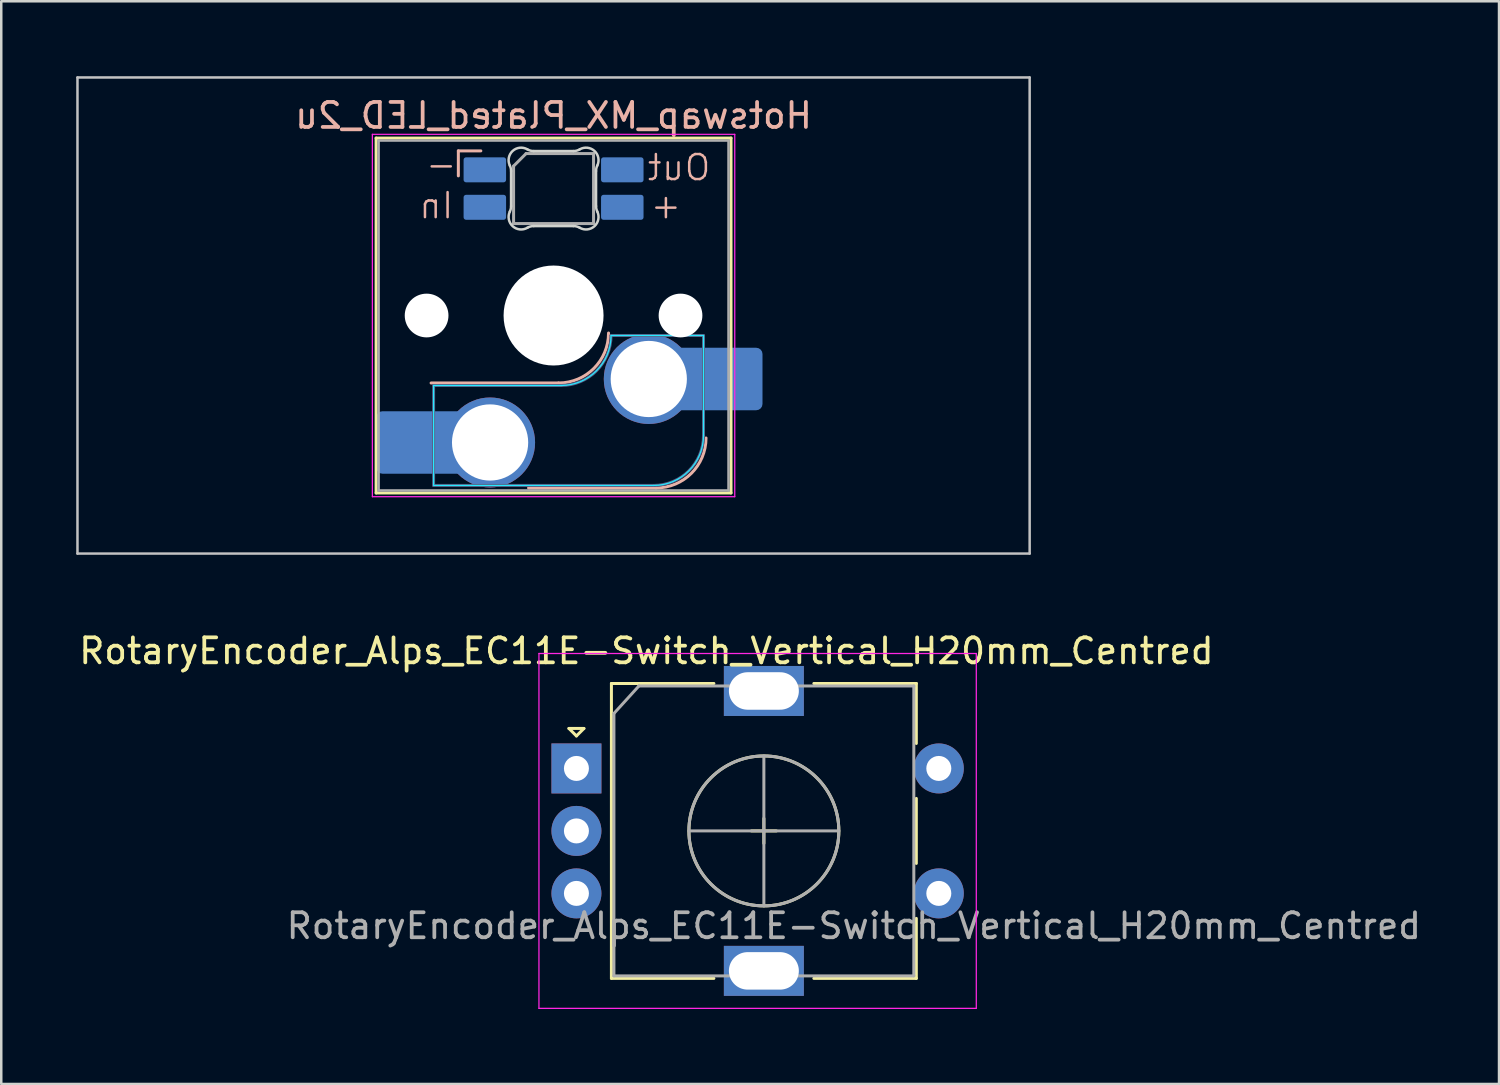
<source format=kicad_pcb>
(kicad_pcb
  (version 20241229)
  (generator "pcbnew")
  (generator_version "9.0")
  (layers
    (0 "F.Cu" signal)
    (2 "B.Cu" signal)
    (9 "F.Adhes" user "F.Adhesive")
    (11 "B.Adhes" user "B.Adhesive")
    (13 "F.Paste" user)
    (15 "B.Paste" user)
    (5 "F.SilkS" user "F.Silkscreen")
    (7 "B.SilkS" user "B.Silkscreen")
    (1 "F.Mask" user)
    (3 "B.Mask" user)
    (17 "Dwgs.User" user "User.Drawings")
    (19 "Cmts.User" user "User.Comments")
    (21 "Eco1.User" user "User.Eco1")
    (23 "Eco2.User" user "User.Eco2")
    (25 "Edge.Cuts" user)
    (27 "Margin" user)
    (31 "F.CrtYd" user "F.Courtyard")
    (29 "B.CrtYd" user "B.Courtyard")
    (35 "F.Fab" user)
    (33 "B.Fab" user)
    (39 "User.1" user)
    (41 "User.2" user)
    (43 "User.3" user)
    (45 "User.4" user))
  (footprint "RotaryEncoder_Alps_EC11E-Switch_Vertical_H20mm_Centred"
    (layer "F.Cu")
    (at 27.515 30.198)
    (property "Reference" "RotaryEncoder_Alps_EC11E-Switch_Vertical_H20mm_Centred" (at -4.7 -7.2 0) (layer "F.SilkS") (effects (font (size 1 1) (thickness 0.15))))
    (attr through_hole)
    (fp_line (start -7.8 -4.1) (end -7.2 -4.1) (stroke (width 0.12) (type solid)) (layer "F.SilkS"))
    (fp_line (start -7.5 -3.8) (end -7.8 -4.1) (stroke (width 0.12) (type solid)) (layer "F.SilkS"))
    (fp_line (start -7.2 -4.1) (end -7.5 -3.8) (stroke (width 0.12) (type solid)) (layer "F.SilkS"))
    (fp_line (start -6.1 -5.9) (end -6.1 5.9) (stroke (width 0.12) (type solid)) (layer "F.SilkS"))
    (fp_line (start -2 -5.9) (end -6.1 -5.9) (stroke (width 0.12) (type solid)) (layer "F.SilkS"))
    (fp_line (start -2 5.9) (end -6.1 5.9) (stroke (width 0.12) (type solid)) (layer "F.SilkS"))
    (fp_line (start -0.5 0) (end 0.5 0) (stroke (width 0.12) (type solid)) (layer "F.SilkS"))
    (fp_line (start 0 -0.5) (end 0 0.5) (stroke (width 0.12) (type solid)) (layer "F.SilkS"))
    (fp_line (start 2 -5.9) (end 6.1 -5.9) (stroke (width 0.12) (type solid)) (layer "F.SilkS"))
    (fp_line (start 6.1 -5.9) (end 6.1 -3.5) (stroke (width 0.12) (type solid)) (layer "F.SilkS"))
    (fp_line (start 6.1 -1.3) (end 6.1 1.3) (stroke (width 0.12) (type solid)) (layer "F.SilkS"))
    (fp_line (start 6.1 3.5) (end 6.1 5.9) (stroke (width 0.12) (type solid)) (layer "F.SilkS"))
    (fp_line (start 6.1 5.9) (end 2 5.9) (stroke (width 0.12) (type solid)) (layer "F.SilkS"))
    (fp_circle (center 0 0) (end 3 0) (stroke (width 0.12) (type solid)) (fill no) (layer "F.SilkS"))
    (fp_line (start -9 -7.1) (end -9 7.1) (stroke (width 0.05) (type solid)) (layer "F.CrtYd"))
    (fp_line (start -9 -7.1) (end 8.5 -7.1) (stroke (width 0.05) (type solid)) (layer "F.CrtYd"))
    (fp_line (start 8.5 7.1) (end -9 7.1) (stroke (width 0.05) (type solid)) (layer "F.CrtYd"))
    (fp_line (start 8.5 7.1) (end 8.5 -7.1) (stroke (width 0.05) (type solid)) (layer "F.CrtYd"))
    (fp_line (start -6 -4.7) (end -5 -5.8) (stroke (width 0.12) (type solid)) (layer "F.Fab"))
    (fp_line (start -6 5.8) (end -6 -4.7) (stroke (width 0.12) (type solid)) (layer "F.Fab"))
    (fp_line (start -5 -5.8) (end 6 -5.8) (stroke (width 0.12) (type solid)) (layer "F.Fab"))
    (fp_line (start -3 0) (end 3 0) (stroke (width 0.12) (type solid)) (layer "F.Fab"))
    (fp_line (start 0 -3) (end 0 3) (stroke (width 0.12) (type solid)) (layer "F.Fab"))
    (fp_line (start 6 -5.8) (end 6 5.8) (stroke (width 0.12) (type solid)) (layer "F.Fab"))
    (fp_line (start 6 5.8) (end -6 5.8) (stroke (width 0.12) (type solid)) (layer "F.Fab"))
    (fp_circle (center 0 0) (end 3 0) (stroke (width 0.12) (type solid)) (fill no) (layer "F.Fab"))
    (fp_text user "${REFERENCE}" (at 3.6 3.8 0) (layer "F.Fab") (effects (font (size 1 1) (thickness 0.15))))
    (pad "A" thru_hole rect (at -7.5 -2.5) (size 2 2) (drill 1) (layers "*.Cu" "*.Mask"))
    (pad "B" thru_hole circle (at -7.5 2.5) (size 2 2) (drill 1) (layers "*.Cu" "*.Mask"))
    (pad "C" thru_hole circle (at -7.5 0) (size 2 2) (drill 1) (layers "*.Cu" "*.Mask"))
    (pad "MP" thru_hole rect (at 0 -5.6) (size 3.2 2) (drill oval 2.8 1.5) (layers "*.Cu" "*.Mask"))
    (pad "MP" thru_hole rect (at 0 5.6) (size 3.2 2) (drill oval 2.8 1.5) (layers "*.Cu" "*.Mask"))
    (pad "S1" thru_hole circle (at 7 2.5) (size 2 2) (drill 1) (layers "*.Cu" "*.Mask"))
    (pad "S2" thru_hole circle (at 7 -2.5) (size 2 2) (drill 1) (layers "*.Cu" "*.Mask")))
  (footprint "Hotswap_MX_Plated_LED_2u"
    (layer "F.Cu")
    (at 19.1 9.575)
    (property "Reference" "Hotswap_MX_Plated_LED_2u" (at 0 -8.001 0) (layer "B.SilkS") (effects (font (size 1 1) (thickness 0.15)) (justify mirror)))
    (fp_line (start -7.1 -7.1) (end -7.1 7.1) (stroke (width 0.12) (type solid)) (layer "F.SilkS"))
    (fp_line (start -7.1 7.1) (end 7.1 7.1) (stroke (width 0.12) (type solid)) (layer "F.SilkS"))
    (fp_line (start 7.1 -7.1) (end -7.1 -7.1) (stroke (width 0.12) (type solid)) (layer "F.SilkS"))
    (fp_line (start 7.1 7.1) (end 7.1 -7.1) (stroke (width 0.12) (type solid)) (layer "F.SilkS"))
    (fp_line (start -3.81 -6.588) (end -2.91 -6.588) (stroke (width 0.12) (type solid)) (layer "B.SilkS"))
    (fp_line (start -3.81 -5.588) (end -3.81 -6.588) (stroke (width 0.12) (type solid)) (layer "B.SilkS"))
    (fp_line (start 0.2 2.7) (end -4.9 2.7) (stroke (width 0.12) (type solid)) (layer "B.SilkS"))
    (fp_line (start 4.1 6.9) (end -1 6.9) (stroke (width 0.12) (type solid)) (layer "B.SilkS"))
    (fp_arc (start 2.2 0.7) (mid 1.614214 2.114214) (end 0.2 2.7) (stroke (width 0.12) (type solid)) (layer "B.SilkS"))
    (fp_arc (start 6.1 4.9) (mid 5.514214 6.314214) (end 4.1 6.9) (stroke (width 0.12) (type solid)) (layer "B.SilkS"))
    (fp_line (start -19.05 -9.525) (end -19.05 9.525) (stroke (width 0.1) (type solid)) (layer "Dwgs.User"))
    (fp_line (start -19.05 9.525) (end 19.05 9.525) (stroke (width 0.1) (type solid)) (layer "Dwgs.User"))
    (fp_line (start 19.05 -9.525) (end -19.05 -9.525) (stroke (width 0.1) (type solid)) (layer "Dwgs.User"))
    (fp_line (start 19.05 9.525) (end 19.05 -9.525) (stroke (width 0.1) (type solid)) (layer "Dwgs.User"))
    (fp_line (start -0.25 -0.25) (end 0 0) (stroke (width 0.12) (type solid)) (layer "Cmts.User"))
    (fp_line (start 0 0) (end -0.25 0.25) (stroke (width 0.12) (type solid)) (layer "Cmts.User"))
    (fp_line (start 0 0) (end 0.25 0.25) (stroke (width 0.12) (type solid)) (layer "Cmts.User"))
    (fp_line (start 0.25 -0.25) (end 0 0) (stroke (width 0.12) (type solid)) (layer "Cmts.User"))
    (fp_line (start -7.8 -6) (end -7 -6) (stroke (width 0.1) (type solid)) (layer "Eco1.User"))
    (fp_line (start -7.8 -2.9) (end -7.8 -6) (stroke (width 0.1) (type solid)) (layer "Eco1.User"))
    (fp_line (start -7.8 2.9) (end -7 2.9) (stroke (width 0.1) (type solid)) (layer "Eco1.User"))
    (fp_line (start -7.8 6) (end -7.8 2.9) (stroke (width 0.1) (type solid)) (layer "Eco1.User"))
    (fp_line (start -7 -7) (end 7 -7) (stroke (width 0.1) (type solid)) (layer "Eco1.User"))
    (fp_line (start -7 -6) (end -7 -7) (stroke (width 0.1) (type solid)) (layer "Eco1.User"))
    (fp_line (start -7 -2.9) (end -7.8 -2.9) (stroke (width 0.1) (type solid)) (layer "Eco1.User"))
    (fp_line (start -7 2.9) (end -7 -2.9) (stroke (width 0.1) (type solid)) (layer "Eco1.User"))
    (fp_line (start -7 6) (end -7.8 6) (stroke (width 0.1) (type solid)) (layer "Eco1.User"))
    (fp_line (start -7 7) (end -7 6) (stroke (width 0.1) (type solid)) (layer "Eco1.User"))
    (fp_line (start 7 -7) (end 7 -6) (stroke (width 0.1) (type solid)) (layer "Eco1.User"))
    (fp_line (start 7 -6) (end 7.8 -6) (stroke (width 0.1) (type solid)) (layer "Eco1.User"))
    (fp_line (start 7 -2.9) (end 7 2.9) (stroke (width 0.1) (type solid)) (layer "Eco1.User"))
    (fp_line (start 7 2.9) (end 7.8 2.9) (stroke (width 0.1) (type solid)) (layer "Eco1.User"))
    (fp_line (start 7 6) (end 7 7) (stroke (width 0.1) (type solid)) (layer "Eco1.User"))
    (fp_line (start 7 7) (end -7 7) (stroke (width 0.1) (type solid)) (layer "Eco1.User"))
    (fp_line (start 7.8 -6) (end 7.8 -2.9) (stroke (width 0.1) (type solid)) (layer "Eco1.User"))
    (fp_line (start 7.8 -2.9) (end 7 -2.9) (stroke (width 0.1) (type solid)) (layer "Eco1.User"))
    (fp_line (start 7.8 2.9) (end 7.8 6) (stroke (width 0.1) (type solid)) (layer "Eco1.User"))
    (fp_line (start 7.8 6) (end 7 6) (stroke (width 0.1) (type solid)) (layer "Eco1.User"))
    (fp_line (start -1.7 -5.783) (end -1.7 -4.377) (stroke (width 0.1) (type solid)) (layer "Edge.Cuts"))
    (fp_line (start -0.794 -3.58) (end 0.794 -3.58) (stroke (width 0.1) (type solid)) (layer "Edge.Cuts"))
    (fp_line (start 0.794 -6.58) (end -0.794 -6.58) (stroke (width 0.1) (type solid)) (layer "Edge.Cuts"))
    (fp_line (start 1.7 -4.377) (end 1.7 -5.783) (stroke (width 0.1) (type solid)) (layer "Edge.Cuts"))
    (fp_arc (start -1.749484 -5.999721) (mid -1.712518 -5.894071) (end -1.699999 -5.782844) (stroke (width 0.1) (type solid)) (layer "Edge.Cuts"))
    (fp_arc (start -1.749484 -5.999721) (mid -1.638071 -6.584035) (end -1.046711 -6.648299) (stroke (width 0.1) (type solid)) (layer "Edge.Cuts"))
    (fp_arc (start -1.699999 -4.377159) (mid -1.712528 -4.265933) (end -1.749484 -4.160281) (stroke (width 0.1) (type solid)) (layer "Edge.Cuts"))
    (fp_arc (start -1.046711 -3.511702) (mid -1.638072 -3.575966) (end -1.749484 -4.160282) (stroke (width 0.1) (type solid)) (layer "Edge.Cuts"))
    (fp_arc (start -1.046711 -3.511702) (mid -0.925123 -3.562624) (end -0.794452 -3.580001) (stroke (width 0.1) (type solid)) (layer "Edge.Cuts"))
    (fp_arc (start -0.794453 -6.58) (mid -0.925123 -6.597377) (end -1.046711 -6.648299) (stroke (width 0.1) (type solid)) (layer "Edge.Cuts"))
    (fp_arc (start 0.794452 -3.580001) (mid 0.925122 -3.562624) (end 1.04671 -3.511702) (stroke (width 0.1) (type solid)) (layer "Edge.Cuts"))
    (fp_arc (start 1.046711 -6.6483) (mid 0.925123 -6.597378) (end 0.794453 -6.580001) (stroke (width 0.1) (type solid)) (layer "Edge.Cuts"))
    (fp_arc (start 1.046711 -6.6483) (mid 1.638072 -6.584036) (end 1.749484 -5.999721) (stroke (width 0.1) (type solid)) (layer "Edge.Cuts"))
    (fp_arc (start 1.699999 -5.782843) (mid 1.712528 -5.894069) (end 1.749484 -5.999721) (stroke (width 0.1) (type solid)) (layer "Edge.Cuts"))
    (fp_arc (start 1.749484 -4.160281) (mid 1.63807 -3.575967) (end 1.046711 -3.511704) (stroke (width 0.1) (type solid)) (layer "Edge.Cuts"))
    (fp_arc (start 1.749484 -4.160281) (mid 1.712519 -4.265931) (end 1.699999 -4.377158) (stroke (width 0.1) (type solid)) (layer "Edge.Cuts"))
    (fp_line (start -4.8 6.8) (end -4.8 2.8) (stroke (width 0.05) (type solid)) (layer "B.CrtYd"))
    (fp_line (start 0.3 2.8) (end -4.8 2.8) (stroke (width 0.05) (type solid)) (layer "B.CrtYd"))
    (fp_line (start 4 6.8) (end -4.8 6.8) (stroke (width 0.05) (type solid)) (layer "B.CrtYd"))
    (fp_line (start 6 0.8) (end 2.3 0.8) (stroke (width 0.05) (type solid)) (layer "B.CrtYd"))
    (fp_line (start 6 0.8) (end 6 4.8) (stroke (width 0.05) (type solid)) (layer "B.CrtYd"))
    (fp_arc (start 2.3 0.8) (mid 1.714214 2.214214) (end 0.3 2.8) (stroke (width 0.05) (type solid)) (layer "B.CrtYd"))
    (fp_arc (start 6 4.8) (mid 5.414214 6.214214) (end 4 6.8) (stroke (width 0.05) (type solid)) (layer "B.CrtYd"))
    (fp_line (start -7.25 -7.25) (end -7.25 7.25) (stroke (width 0.05) (type solid)) (layer "F.CrtYd"))
    (fp_line (start -7.25 7.25) (end 7.25 7.25) (stroke (width 0.05) (type solid)) (layer "F.CrtYd"))
    (fp_line (start 7.25 -7.25) (end -7.25 -7.25) (stroke (width 0.05) (type solid)) (layer "F.CrtYd"))
    (fp_line (start 7.25 7.25) (end 7.25 -7.25) (stroke (width 0.05) (type solid)) (layer "F.CrtYd"))
    (fp_line (start -4.8 6.8) (end -4.8 2.8) (stroke (width 0.12) (type solid)) (layer "B.Fab"))
    (fp_line (start 0.3 2.8) (end -4.8 2.8) (stroke (width 0.12) (type solid)) (layer "B.Fab"))
    (fp_line (start 4 6.8) (end -4.8 6.8) (stroke (width 0.12) (type solid)) (layer "B.Fab"))
    (fp_line (start 6 0.8) (end 2.3 0.8) (stroke (width 0.12) (type solid)) (layer "B.Fab"))
    (fp_line (start 6 0.8) (end 6 4.8) (stroke (width 0.12) (type solid)) (layer "B.Fab"))
    (fp_arc (start 2.3 0.8) (mid 1.714214 2.214214) (end 0.3 2.8) (stroke (width 0.12) (type solid)) (layer "B.Fab"))
    (fp_arc (start 6 4.8) (mid 5.414214 6.214214) (end 4 6.8) (stroke (width 0.12) (type solid)) (layer "B.Fab"))
    (fp_line (start -7 -7) (end -7 7) (stroke (width 0.1) (type solid)) (layer "F.Fab"))
    (fp_line (start -7 7) (end 7 7) (stroke (width 0.1) (type solid)) (layer "F.Fab"))
    (fp_line (start -1.6 -5.98) (end -1.6 -3.68) (stroke (width 0.12) (type solid)) (layer "F.Fab"))
    (fp_line (start -1.6 -5.98) (end -1.1 -6.48) (stroke (width 0.12) (type solid)) (layer "F.Fab"))
    (fp_line (start -1.6 -3.68) (end 1.6 -3.68) (stroke (width 0.12) (type solid)) (layer "F.Fab"))
    (fp_line (start 1.6 -6.48) (end -1.1 -6.48) (stroke (width 0.12) (type solid)) (layer "F.Fab"))
    (fp_line (start 1.6 -6.48) (end 1.6 -3.68) (stroke (width 0.12) (type solid)) (layer "F.Fab"))
    (fp_line (start 7 -7) (end -7 -7) (stroke (width 0.1) (type solid)) (layer "F.Fab"))
    (fp_line (start 7 7) (end 7 -7) (stroke (width 0.1) (type solid)) (layer "F.Fab"))
    (fp_text user "+" (at 3.81 -4.826 180) (unlocked yes) (layer "B.SilkS") (effects (font (size 1 1) (thickness 0.1)) (justify left bottom mirror)))
    (fp_text user "-" (at -3.81 -6.477 180) (unlocked yes) (layer "B.SilkS") (effects (font (size 1 1) (thickness 0.1)) (justify left bottom)))
    (fp_text user "In" (at -3.937 -3.81 0) (unlocked yes) (layer "B.SilkS") (effects (font (size 1 1) (thickness 0.1)) (justify left bottom mirror)))
    (fp_text user "Out" (at 6.35 -5.334 0) (unlocked yes) (layer "B.SilkS") (effects (font (size 1 1) (thickness 0.1)) (justify left bottom mirror)))
    (pad "" smd roundrect (at -5.842 5.08 180) (size 2.55 2.5) (layers "B.Mask" "B.Paste") (roundrect_rratio 0.1))
    (pad "" np_thru_hole circle (at -5.08 0 180) (size 1.75 1.75) (drill 1.75) (layers "*.Cu" "*.Mask"))
    (pad "" np_thru_hole circle (at 0 0 180) (size 4 4) (drill 4) (layers "*.Cu" "*.Mask"))
    (pad "" np_thru_hole circle (at 5.08 0 180) (size 1.75 1.75) (drill 1.75) (layers "*.Cu" "*.Mask"))
    (pad "" smd roundrect (at 7.085 2.54 180) (size 2.55 2.5) (layers "B.Mask" "B.Paste") (roundrect_rratio 0.1))
    (pad "1" thru_hole circle (at 3.81 2.54 180) (size 3.6 3.6) (drill 3.05) (layers "*.Cu" "*.Mask"))
    (pad "1" smd roundrect (at 6.585 2.54 180) (size 3.55 2.5) (layers "B.Cu") (roundrect_rratio 0.1))
    (pad "2" smd roundrect (at -5.32 5.08 180) (size 3.55 2.5) (layers "B.Cu") (roundrect_rratio 0.1))
    (pad "2" thru_hole circle (at -2.54 5.08 270) (size 3.6 3.6) (drill 3.05) (layers "*.Cu" "*.Mask"))
    (pad "3" smd roundrect (at 2.75 -4.33 270) (size 1 1.7) (layers "B.Cu" "B.Mask" "B.Paste") (roundrect_rratio 0.1))
    (pad "4" smd roundrect (at 2.75 -5.83 270) (size 1 1.7) (layers "B.Cu" "B.Mask" "B.Paste") (roundrect_rratio 0.1))
    (pad "5" smd roundrect (at -2.75 -4.33 90) (size 1 1.7) (layers "B.Cu" "B.Mask" "B.Paste") (roundrect_rratio 0.1))
    (pad "6" smd roundrect (at -2.75 -5.83 90) (size 1 1.7) (layers "B.Cu" "B.Mask" "B.Paste") (roundrect_rratio 0.1)))
  (gr_rect
    (start -3 -3)
    (end 56.931 40.323)
    (stroke (width 0.1) (type default))
    (fill no)
    (layer "Edge.Cuts")))
</source>
